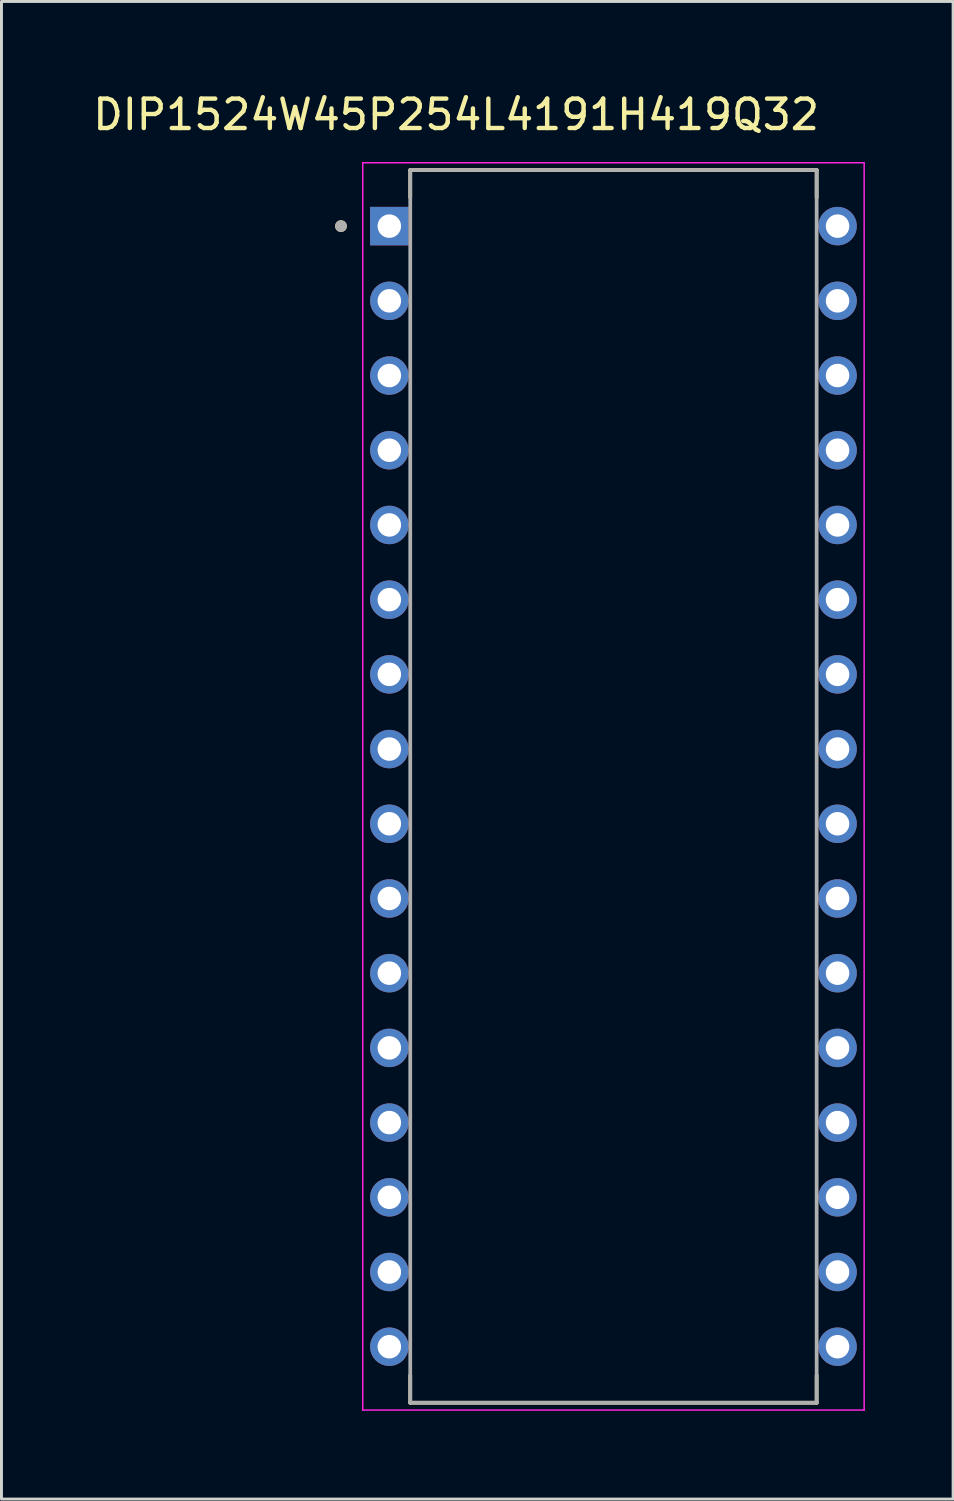
<source format=kicad_pcb>
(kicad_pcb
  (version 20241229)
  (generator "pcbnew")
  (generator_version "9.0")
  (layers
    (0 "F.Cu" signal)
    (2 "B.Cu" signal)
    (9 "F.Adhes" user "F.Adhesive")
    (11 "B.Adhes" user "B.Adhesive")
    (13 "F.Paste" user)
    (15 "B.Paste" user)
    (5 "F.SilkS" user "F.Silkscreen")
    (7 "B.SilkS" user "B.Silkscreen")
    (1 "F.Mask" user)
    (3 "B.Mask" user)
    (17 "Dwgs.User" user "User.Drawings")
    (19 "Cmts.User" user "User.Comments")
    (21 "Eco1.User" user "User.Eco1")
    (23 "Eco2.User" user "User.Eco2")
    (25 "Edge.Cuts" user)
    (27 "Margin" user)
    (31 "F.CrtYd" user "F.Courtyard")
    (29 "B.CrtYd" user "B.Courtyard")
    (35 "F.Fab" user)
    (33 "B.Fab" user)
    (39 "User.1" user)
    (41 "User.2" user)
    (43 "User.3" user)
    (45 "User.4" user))
  (footprint "DIP1524W45P254L4191H419Q32"
    (layer "F.Cu")
    (at 17.807 23.688)
    (property "Reference" "DIP1524W45P254L4191H419Q32" (at -5.349 -22.84 0) (layer "F.SilkS") (effects (font (size 1 1) (thickness 0.15))))
    (attr through_hole)
    (fp_line (start -6.909 -20.955) (end 6.909 -20.955) (stroke (width 0.127) (type solid)) (layer "F.SilkS"))
    (fp_line (start -6.909 -20.024) (end -6.909 -20.955) (stroke (width 0.127) (type solid)) (layer "F.SilkS"))
    (fp_line (start -6.909 20.955) (end -6.909 20.024) (stroke (width 0.127) (type solid)) (layer "F.SilkS"))
    (fp_line (start 6.909 -20.955) (end 6.909 -20.024) (stroke (width 0.127) (type solid)) (layer "F.SilkS"))
    (fp_line (start 6.909 20.955) (end -6.909 20.955) (stroke (width 0.127) (type solid)) (layer "F.SilkS"))
    (fp_line (start 6.909 20.955) (end 6.909 20.024) (stroke (width 0.127) (type solid)) (layer "F.SilkS"))
    (fp_circle (center -9.264 -19.05) (end -9.164 -19.05) (stroke (width 0.2) (type solid)) (fill no) (layer "F.SilkS"))
    (fp_line (start -8.524 -21.205) (end -8.524 21.205) (stroke (width 0.05) (type solid)) (layer "F.CrtYd"))
    (fp_line (start -8.524 21.205) (end 8.524 21.205) (stroke (width 0.05) (type solid)) (layer "F.CrtYd"))
    (fp_line (start 8.524 -21.205) (end -8.524 -21.205) (stroke (width 0.05) (type solid)) (layer "F.CrtYd"))
    (fp_line (start 8.524 21.205) (end 8.524 -21.205) (stroke (width 0.05) (type solid)) (layer "F.CrtYd"))
    (fp_line (start -6.909 -20.955) (end 6.909 -20.955) (stroke (width 0.127) (type solid)) (layer "F.Fab"))
    (fp_line (start -6.909 20.955) (end -6.909 -20.955) (stroke (width 0.127) (type solid)) (layer "F.Fab"))
    (fp_line (start 6.909 -20.955) (end 6.909 20.955) (stroke (width 0.127) (type solid)) (layer "F.Fab"))
    (fp_line (start 6.909 20.955) (end -6.909 20.955) (stroke (width 0.127) (type solid)) (layer "F.Fab"))
    (fp_circle (center -9.264 -19.05) (end -9.164 -19.05) (stroke (width 0.2) (type solid)) (fill no) (layer "F.Fab"))
    (pad "1" thru_hole rect (at -7.62 -19.05) (size 1.308 1.308) (drill 0.8) (layers "*.Cu" "*.Mask"))
    (pad "2" thru_hole circle (at -7.62 -16.51) (size 1.308 1.308) (drill 0.8) (layers "*.Cu" "*.Mask"))
    (pad "3" thru_hole circle (at -7.62 -13.97) (size 1.308 1.308) (drill 0.8) (layers "*.Cu" "*.Mask"))
    (pad "4" thru_hole circle (at -7.62 -11.43) (size 1.308 1.308) (drill 0.8) (layers "*.Cu" "*.Mask"))
    (pad "5" thru_hole circle (at -7.62 -8.89) (size 1.308 1.308) (drill 0.8) (layers "*.Cu" "*.Mask"))
    (pad "6" thru_hole circle (at -7.62 -6.35) (size 1.308 1.308) (drill 0.8) (layers "*.Cu" "*.Mask"))
    (pad "7" thru_hole circle (at -7.62 -3.81) (size 1.308 1.308) (drill 0.8) (layers "*.Cu" "*.Mask"))
    (pad "8" thru_hole circle (at -7.62 -1.27) (size 1.308 1.308) (drill 0.8) (layers "*.Cu" "*.Mask"))
    (pad "9" thru_hole circle (at -7.62 1.27) (size 1.308 1.308) (drill 0.8) (layers "*.Cu" "*.Mask"))
    (pad "10" thru_hole circle (at -7.62 3.81) (size 1.308 1.308) (drill 0.8) (layers "*.Cu" "*.Mask"))
    (pad "11" thru_hole circle (at -7.62 6.35) (size 1.308 1.308) (drill 0.8) (layers "*.Cu" "*.Mask"))
    (pad "12" thru_hole circle (at -7.62 8.89) (size 1.308 1.308) (drill 0.8) (layers "*.Cu" "*.Mask"))
    (pad "13" thru_hole circle (at -7.62 11.43) (size 1.308 1.308) (drill 0.8) (layers "*.Cu" "*.Mask"))
    (pad "14" thru_hole circle (at -7.62 13.97) (size 1.308 1.308) (drill 0.8) (layers "*.Cu" "*.Mask"))
    (pad "15" thru_hole circle (at -7.62 16.51) (size 1.308 1.308) (drill 0.8) (layers "*.Cu" "*.Mask"))
    (pad "16" thru_hole circle (at -7.62 19.05) (size 1.308 1.308) (drill 0.8) (layers "*.Cu" "*.Mask"))
    (pad "17" thru_hole circle (at 7.62 19.05) (size 1.308 1.308) (drill 0.8) (layers "*.Cu" "*.Mask"))
    (pad "18" thru_hole circle (at 7.62 16.51) (size 1.308 1.308) (drill 0.8) (layers "*.Cu" "*.Mask"))
    (pad "19" thru_hole circle (at 7.62 13.97) (size 1.308 1.308) (drill 0.8) (layers "*.Cu" "*.Mask"))
    (pad "20" thru_hole circle (at 7.62 11.43) (size 1.308 1.308) (drill 0.8) (layers "*.Cu" "*.Mask"))
    (pad "21" thru_hole circle (at 7.62 8.89) (size 1.308 1.308) (drill 0.8) (layers "*.Cu" "*.Mask"))
    (pad "22" thru_hole circle (at 7.62 6.35) (size 1.308 1.308) (drill 0.8) (layers "*.Cu" "*.Mask"))
    (pad "23" thru_hole circle (at 7.62 3.81) (size 1.308 1.308) (drill 0.8) (layers "*.Cu" "*.Mask"))
    (pad "24" thru_hole circle (at 7.62 1.27) (size 1.308 1.308) (drill 0.8) (layers "*.Cu" "*.Mask"))
    (pad "25" thru_hole circle (at 7.62 -1.27) (size 1.308 1.308) (drill 0.8) (layers "*.Cu" "*.Mask"))
    (pad "26" thru_hole circle (at 7.62 -3.81) (size 1.308 1.308) (drill 0.8) (layers "*.Cu" "*.Mask"))
    (pad "27" thru_hole circle (at 7.62 -6.35) (size 1.308 1.308) (drill 0.8) (layers "*.Cu" "*.Mask"))
    (pad "28" thru_hole circle (at 7.62 -8.89) (size 1.308 1.308) (drill 0.8) (layers "*.Cu" "*.Mask"))
    (pad "29" thru_hole circle (at 7.62 -11.43) (size 1.308 1.308) (drill 0.8) (layers "*.Cu" "*.Mask"))
    (pad "30" thru_hole circle (at 7.62 -13.97) (size 1.308 1.308) (drill 0.8) (layers "*.Cu" "*.Mask"))
    (pad "31" thru_hole circle (at 7.62 -16.51) (size 1.308 1.308) (drill 0.8) (layers "*.Cu" "*.Mask"))
    (pad "32" thru_hole circle (at 7.62 -19.05) (size 1.308 1.308) (drill 0.8) (layers "*.Cu" "*.Mask")))
  (gr_rect
    (start -3 -3)
    (end 29.356 47.918)
    (stroke (width 0.1) (type default))
    (fill no)
    (layer "Edge.Cuts")))
</source>
